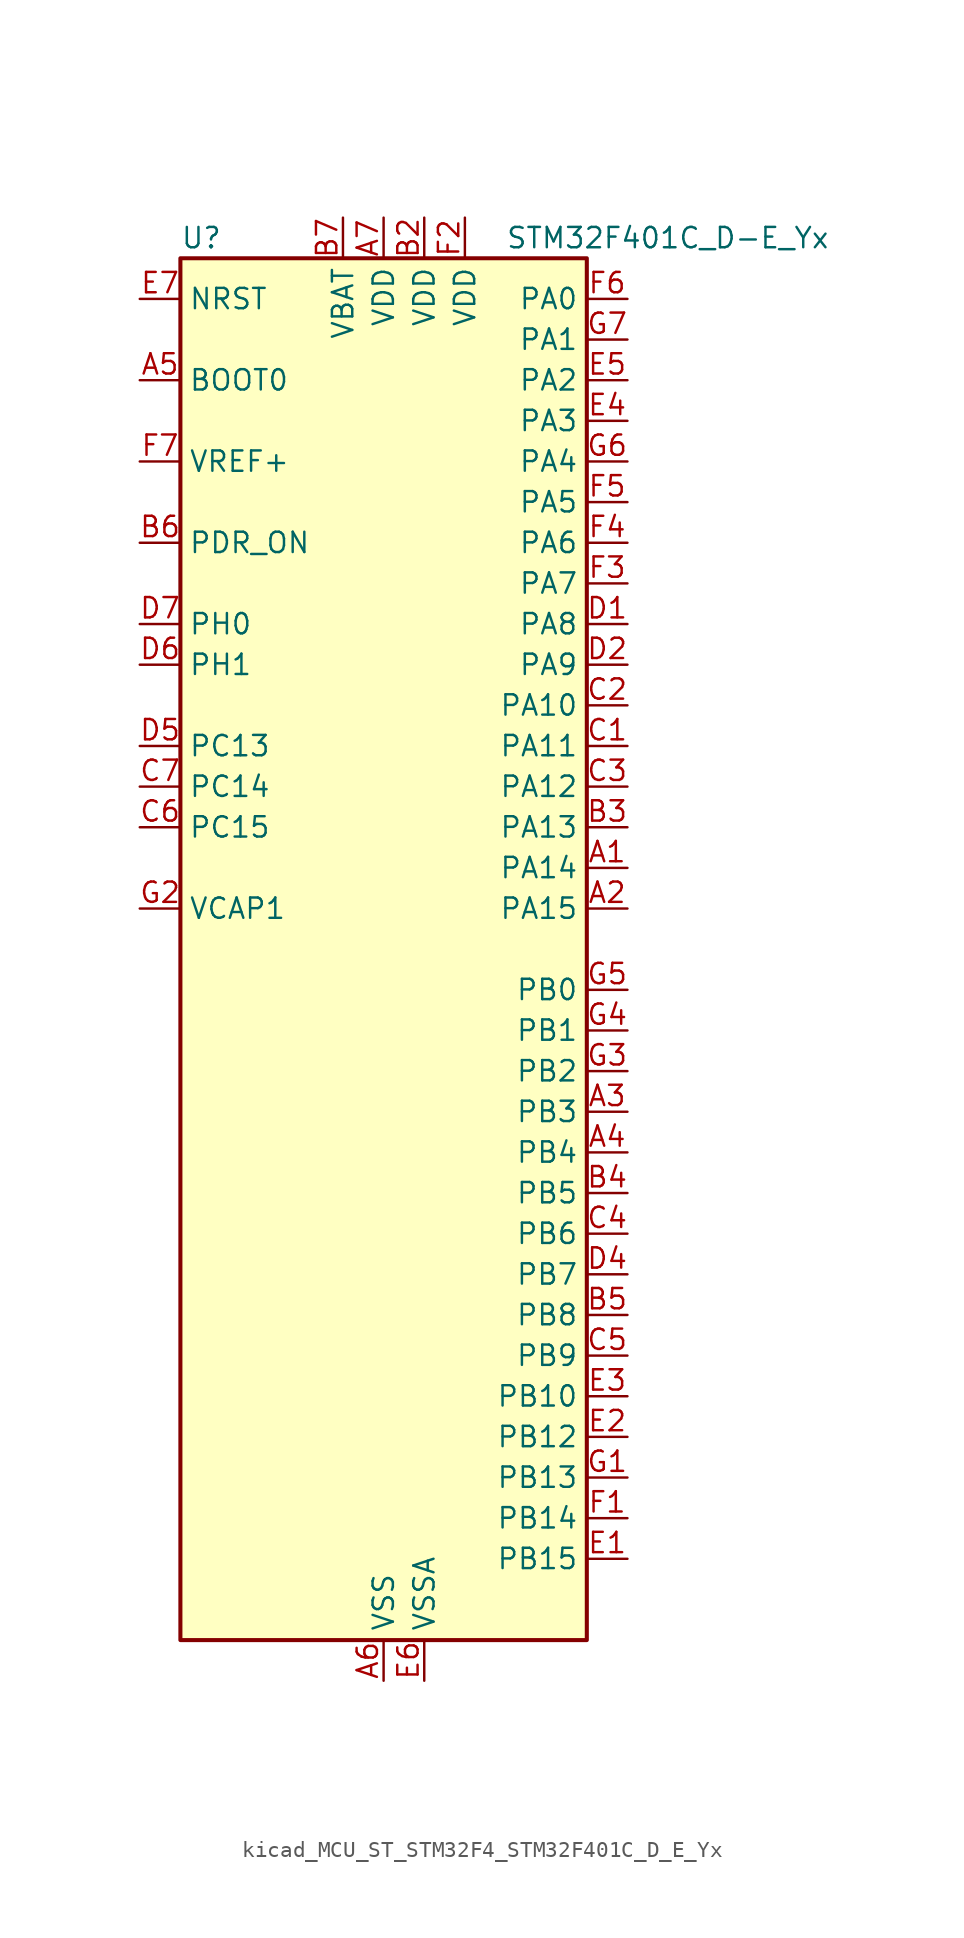
<source format=kicad_sym>
(kicad_symbol_lib
  (version 20220914)
  (generator kicad_symbol_editor)
  (symbol "kicad_MCU_ST_STM32F4_STM32F401C_D_E_Yx"
    (property "Reference" "U"
      (at -12.7 44.45 0)
      (effects (font (size 1.27 1.27)) (justify left)))
    (property "Value" "STM32F401C_D-E_Yx"
      (at 7.62 44.45 0)
      (effects (font (size 1.27 1.27)) (justify left)))
    (property "ki_locked" ""
      (at 0 0 0)
      (effects (font (size 1.27 1.27))))
    (symbol "kicad_MCU_ST_STM32F4_STM32F401C_D_E_Yx_0_1"
      (rectangle (start -12.7 -43.18) (end 12.7 43.18) (stroke (width 0.254) (type default)) (fill (type background))))
    (symbol "kicad_MCU_ST_STM32F4_STM32F401C_D_E_Yx_1_1"
      (pin bidirectional line (at 15.24 5.08 180) (length 2.54) (name "PA14" (effects (font (size 1.27 1.27)))) (number "A1" (effects (font (size 1.27 1.27)))) (alternate "SYS_JTCK-SWCLK" bidirectional line))
      (pin bidirectional line (at 15.24 2.54 180) (length 2.54) (name "PA15" (effects (font (size 1.27 1.27)))) (number "A2" (effects (font (size 1.27 1.27)))) (alternate "ADC1_EXTI15" bidirectional line) (alternate "I2S3_WS" bidirectional line) (alternate "SPI1_NSS" bidirectional line) (alternate "SPI3_NSS" bidirectional line) (alternate "SYS_JTDI" bidirectional line) (alternate "TIM2_CH1" bidirectional line) (alternate "TIM2_ETR" bidirectional line))
      (pin bidirectional line (at 15.24 -10.16 180) (length 2.54) (name "PB3" (effects (font (size 1.27 1.27)))) (number "A3" (effects (font (size 1.27 1.27)))) (alternate "I2C2_SDA" bidirectional line) (alternate "I2S3_CK" bidirectional line) (alternate "SPI1_SCK" bidirectional line) (alternate "SPI3_SCK" bidirectional line) (alternate "SYS_JTDO-SWO" bidirectional line) (alternate "TIM2_CH2" bidirectional line))
      (pin bidirectional line (at 15.24 -12.7 180) (length 2.54) (name "PB4" (effects (font (size 1.27 1.27)))) (number "A4" (effects (font (size 1.27 1.27)))) (alternate "I2C3_SDA" bidirectional line) (alternate "I2S3_ext_SD" bidirectional line) (alternate "SPI1_MISO" bidirectional line) (alternate "SPI3_MISO" bidirectional line) (alternate "SYS_JTRST" bidirectional line) (alternate "TIM3_CH1" bidirectional line))
      (pin input line (at -15.24 35.56 0) (length 2.54) (name "BOOT0" (effects (font (size 1.27 1.27)))) (number "A5" (effects (font (size 1.27 1.27)))))
      (pin power_in line (at 0 -45.72 90) (length 2.54) (name "VSS" (effects (font (size 1.27 1.27)))) (number "A6" (effects (font (size 1.27 1.27)))))
      (pin power_in line (at 0 45.72 270) (length 2.54) (name "VDD" (effects (font (size 1.27 1.27)))) (number "A7" (effects (font (size 1.27 1.27)))))
      (pin passive line (at 0 -45.72 90) (length 2.54) hide (name "VSS" (effects (font (size 1.27 1.27)))) (number "B1" (effects (font (size 1.27 1.27)))))
      (pin power_in line (at 2.54 45.72 270) (length 2.54) (name "VDD" (effects (font (size 1.27 1.27)))) (number "B2" (effects (font (size 1.27 1.27)))))
      (pin bidirectional line (at 15.24 7.62 180) (length 2.54) (name "PA13" (effects (font (size 1.27 1.27)))) (number "B3" (effects (font (size 1.27 1.27)))) (alternate "SYS_JTMS-SWDIO" bidirectional line))
      (pin bidirectional line (at 15.24 -15.24 180) (length 2.54) (name "PB5" (effects (font (size 1.27 1.27)))) (number "B4" (effects (font (size 1.27 1.27)))) (alternate "I2C1_SMBA" bidirectional line) (alternate "I2S3_SD" bidirectional line) (alternate "SPI1_MOSI" bidirectional line) (alternate "SPI3_MOSI" bidirectional line) (alternate "TIM3_CH2" bidirectional line))
      (pin bidirectional line (at 15.24 -22.86 180) (length 2.54) (name "PB8" (effects (font (size 1.27 1.27)))) (number "B5" (effects (font (size 1.27 1.27)))) (alternate "I2C1_SCL" bidirectional line) (alternate "TIM10_CH1" bidirectional line) (alternate "TIM4_CH3" bidirectional line))
      (pin input line (at -15.24 25.4 0) (length 2.54) (name "PDR_ON" (effects (font (size 1.27 1.27)))) (number "B6" (effects (font (size 1.27 1.27)))))
      (pin power_in line (at -2.54 45.72 270) (length 2.54) (name "VBAT" (effects (font (size 1.27 1.27)))) (number "B7" (effects (font (size 1.27 1.27)))))
      (pin bidirectional line (at 15.24 12.7 180) (length 2.54) (name "PA11" (effects (font (size 1.27 1.27)))) (number "C1" (effects (font (size 1.27 1.27)))) (alternate "ADC1_EXTI11" bidirectional line) (alternate "TIM1_CH4" bidirectional line) (alternate "USART1_CTS" bidirectional line) (alternate "USART6_TX" bidirectional line) (alternate "USB_OTG_FS_DM" bidirectional line))
      (pin bidirectional line (at 15.24 15.24 180) (length 2.54) (name "PA10" (effects (font (size 1.27 1.27)))) (number "C2" (effects (font (size 1.27 1.27)))) (alternate "TIM1_CH3" bidirectional line) (alternate "USART1_RX" bidirectional line) (alternate "USB_OTG_FS_ID" bidirectional line))
      (pin bidirectional line (at 15.24 10.16 180) (length 2.54) (name "PA12" (effects (font (size 1.27 1.27)))) (number "C3" (effects (font (size 1.27 1.27)))) (alternate "TIM1_ETR" bidirectional line) (alternate "USART1_RTS" bidirectional line) (alternate "USART6_RX" bidirectional line) (alternate "USB_OTG_FS_DP" bidirectional line))
      (pin bidirectional line (at 15.24 -17.78 180) (length 2.54) (name "PB6" (effects (font (size 1.27 1.27)))) (number "C4" (effects (font (size 1.27 1.27)))) (alternate "I2C1_SCL" bidirectional line) (alternate "TIM4_CH1" bidirectional line) (alternate "USART1_TX" bidirectional line))
      (pin bidirectional line (at 15.24 -25.4 180) (length 2.54) (name "PB9" (effects (font (size 1.27 1.27)))) (number "C5" (effects (font (size 1.27 1.27)))) (alternate "I2C1_SDA" bidirectional line) (alternate "I2S2_WS" bidirectional line) (alternate "SPI2_NSS" bidirectional line) (alternate "TIM11_CH1" bidirectional line) (alternate "TIM4_CH4" bidirectional line))
      (pin bidirectional line (at -15.24 7.62 0) (length 2.54) (name "PC15" (effects (font (size 1.27 1.27)))) (number "C6" (effects (font (size 1.27 1.27)))) (alternate "ADC1_EXTI15" bidirectional line) (alternate "RCC_OSC32_OUT" bidirectional line))
      (pin bidirectional line (at -15.24 10.16 0) (length 2.54) (name "PC14" (effects (font (size 1.27 1.27)))) (number "C7" (effects (font (size 1.27 1.27)))) (alternate "RCC_OSC32_IN" bidirectional line))
      (pin bidirectional line (at 15.24 20.32 180) (length 2.54) (name "PA8" (effects (font (size 1.27 1.27)))) (number "D1" (effects (font (size 1.27 1.27)))) (alternate "I2C3_SCL" bidirectional line) (alternate "RCC_MCO_1" bidirectional line) (alternate "TIM1_CH1" bidirectional line) (alternate "USART1_CK" bidirectional line) (alternate "USB_OTG_FS_SOF" bidirectional line))
      (pin bidirectional line (at 15.24 17.78 180) (length 2.54) (name "PA9" (effects (font (size 1.27 1.27)))) (number "D2" (effects (font (size 1.27 1.27)))) (alternate "I2C3_SMBA" bidirectional line) (alternate "TIM1_CH2" bidirectional line) (alternate "USART1_TX" bidirectional line) (alternate "USB_OTG_FS_VBUS" bidirectional line))
      (pin passive line (at 0 -45.72 90) (length 2.54) hide (name "VSS" (effects (font (size 1.27 1.27)))) (number "D3" (effects (font (size 1.27 1.27)))))
      (pin bidirectional line (at 15.24 -20.32 180) (length 2.54) (name "PB7" (effects (font (size 1.27 1.27)))) (number "D4" (effects (font (size 1.27 1.27)))) (alternate "I2C1_SDA" bidirectional line) (alternate "TIM4_CH2" bidirectional line) (alternate "USART1_RX" bidirectional line))
      (pin bidirectional line (at -15.24 12.7 0) (length 2.54) (name "PC13" (effects (font (size 1.27 1.27)))) (number "D5" (effects (font (size 1.27 1.27)))) (alternate "RTC_AF1" bidirectional line))
      (pin bidirectional line (at -15.24 17.78 0) (length 2.54) (name "PH1" (effects (font (size 1.27 1.27)))) (number "D6" (effects (font (size 1.27 1.27)))) (alternate "RCC_OSC_OUT" bidirectional line))
      (pin bidirectional line (at -15.24 20.32 0) (length 2.54) (name "PH0" (effects (font (size 1.27 1.27)))) (number "D7" (effects (font (size 1.27 1.27)))) (alternate "RCC_OSC_IN" bidirectional line))
      (pin bidirectional line (at 15.24 -38.1 180) (length 2.54) (name "PB15" (effects (font (size 1.27 1.27)))) (number "E1" (effects (font (size 1.27 1.27)))) (alternate "ADC1_EXTI15" bidirectional line) (alternate "I2S2_SD" bidirectional line) (alternate "RTC_REFIN" bidirectional line) (alternate "SPI2_MOSI" bidirectional line) (alternate "TIM1_CH3N" bidirectional line))
      (pin bidirectional line (at 15.24 -30.48 180) (length 2.54) (name "PB12" (effects (font (size 1.27 1.27)))) (number "E2" (effects (font (size 1.27 1.27)))) (alternate "I2C2_SMBA" bidirectional line) (alternate "I2S2_WS" bidirectional line) (alternate "SPI2_NSS" bidirectional line) (alternate "TIM1_BKIN" bidirectional line))
      (pin bidirectional line (at 15.24 -27.94 180) (length 2.54) (name "PB10" (effects (font (size 1.27 1.27)))) (number "E3" (effects (font (size 1.27 1.27)))) (alternate "I2C2_SCL" bidirectional line) (alternate "I2S2_CK" bidirectional line) (alternate "SPI2_SCK" bidirectional line) (alternate "TIM2_CH3" bidirectional line))
      (pin bidirectional line (at 15.24 33.02 180) (length 2.54) (name "PA3" (effects (font (size 1.27 1.27)))) (number "E4" (effects (font (size 1.27 1.27)))) (alternate "ADC1_IN3" bidirectional line) (alternate "TIM2_CH4" bidirectional line) (alternate "TIM5_CH4" bidirectional line) (alternate "TIM9_CH2" bidirectional line) (alternate "USART2_RX" bidirectional line))
      (pin bidirectional line (at 15.24 35.56 180) (length 2.54) (name "PA2" (effects (font (size 1.27 1.27)))) (number "E5" (effects (font (size 1.27 1.27)))) (alternate "ADC1_IN2" bidirectional line) (alternate "TIM2_CH3" bidirectional line) (alternate "TIM5_CH3" bidirectional line) (alternate "TIM9_CH1" bidirectional line) (alternate "USART2_TX" bidirectional line))
      (pin power_in line (at 2.54 -45.72 90) (length 2.54) (name "VSSA" (effects (font (size 1.27 1.27)))) (number "E6" (effects (font (size 1.27 1.27)))))
      (pin input line (at -15.24 40.64 0) (length 2.54) (name "NRST" (effects (font (size 1.27 1.27)))) (number "E7" (effects (font (size 1.27 1.27)))))
      (pin bidirectional line (at 15.24 -35.56 180) (length 2.54) (name "PB14" (effects (font (size 1.27 1.27)))) (number "F1" (effects (font (size 1.27 1.27)))) (alternate "I2S2_ext_SD" bidirectional line) (alternate "SPI2_MISO" bidirectional line) (alternate "TIM1_CH2N" bidirectional line))
      (pin power_in line (at 5.08 45.72 270) (length 2.54) (name "VDD" (effects (font (size 1.27 1.27)))) (number "F2" (effects (font (size 1.27 1.27)))))
      (pin bidirectional line (at 15.24 22.86 180) (length 2.54) (name "PA7" (effects (font (size 1.27 1.27)))) (number "F3" (effects (font (size 1.27 1.27)))) (alternate "ADC1_IN7" bidirectional line) (alternate "SPI1_MOSI" bidirectional line) (alternate "TIM1_CH1N" bidirectional line) (alternate "TIM3_CH2" bidirectional line))
      (pin bidirectional line (at 15.24 25.4 180) (length 2.54) (name "PA6" (effects (font (size 1.27 1.27)))) (number "F4" (effects (font (size 1.27 1.27)))) (alternate "ADC1_IN6" bidirectional line) (alternate "SPI1_MISO" bidirectional line) (alternate "TIM1_BKIN" bidirectional line) (alternate "TIM3_CH1" bidirectional line))
      (pin bidirectional line (at 15.24 27.94 180) (length 2.54) (name "PA5" (effects (font (size 1.27 1.27)))) (number "F5" (effects (font (size 1.27 1.27)))) (alternate "ADC1_IN5" bidirectional line) (alternate "SPI1_SCK" bidirectional line) (alternate "TIM2_CH1" bidirectional line) (alternate "TIM2_ETR" bidirectional line))
      (pin bidirectional line (at 15.24 40.64 180) (length 2.54) (name "PA0" (effects (font (size 1.27 1.27)))) (number "F6" (effects (font (size 1.27 1.27)))) (alternate "ADC1_IN0" bidirectional line) (alternate "SYS_WKUP" bidirectional line) (alternate "TIM2_CH1" bidirectional line) (alternate "TIM2_ETR" bidirectional line) (alternate "TIM5_CH1" bidirectional line) (alternate "USART2_CTS" bidirectional line))
      (pin input line (at -15.24 30.48 0) (length 2.54) (name "VREF+" (effects (font (size 1.27 1.27)))) (number "F7" (effects (font (size 1.27 1.27)))))
      (pin bidirectional line (at 15.24 -33.02 180) (length 2.54) (name "PB13" (effects (font (size 1.27 1.27)))) (number "G1" (effects (font (size 1.27 1.27)))) (alternate "I2S2_CK" bidirectional line) (alternate "SPI2_SCK" bidirectional line) (alternate "TIM1_CH1N" bidirectional line))
      (pin power_out line (at -15.24 2.54 0) (length 2.54) (name "VCAP1" (effects (font (size 1.27 1.27)))) (number "G2" (effects (font (size 1.27 1.27)))))
      (pin bidirectional line (at 15.24 -7.62 180) (length 2.54) (name "PB2" (effects (font (size 1.27 1.27)))) (number "G3" (effects (font (size 1.27 1.27)))))
      (pin bidirectional line (at 15.24 -5.08 180) (length 2.54) (name "PB1" (effects (font (size 1.27 1.27)))) (number "G4" (effects (font (size 1.27 1.27)))) (alternate "ADC1_IN9" bidirectional line) (alternate "TIM1_CH3N" bidirectional line) (alternate "TIM3_CH4" bidirectional line))
      (pin bidirectional line (at 15.24 -2.54 180) (length 2.54) (name "PB0" (effects (font (size 1.27 1.27)))) (number "G5" (effects (font (size 1.27 1.27)))) (alternate "ADC1_IN8" bidirectional line) (alternate "TIM1_CH2N" bidirectional line) (alternate "TIM3_CH3" bidirectional line))
      (pin bidirectional line (at 15.24 30.48 180) (length 2.54) (name "PA4" (effects (font (size 1.27 1.27)))) (number "G6" (effects (font (size 1.27 1.27)))) (alternate "ADC1_IN4" bidirectional line) (alternate "I2S3_WS" bidirectional line) (alternate "SPI1_NSS" bidirectional line) (alternate "SPI3_NSS" bidirectional line) (alternate "USART2_CK" bidirectional line))
      (pin bidirectional line (at 15.24 38.1 180) (length 2.54) (name "PA1" (effects (font (size 1.27 1.27)))) (number "G7" (effects (font (size 1.27 1.27)))) (alternate "ADC1_IN1" bidirectional line) (alternate "TIM2_CH2" bidirectional line) (alternate "TIM5_CH2" bidirectional line) (alternate "USART2_RTS" bidirectional line)))))
</source>
